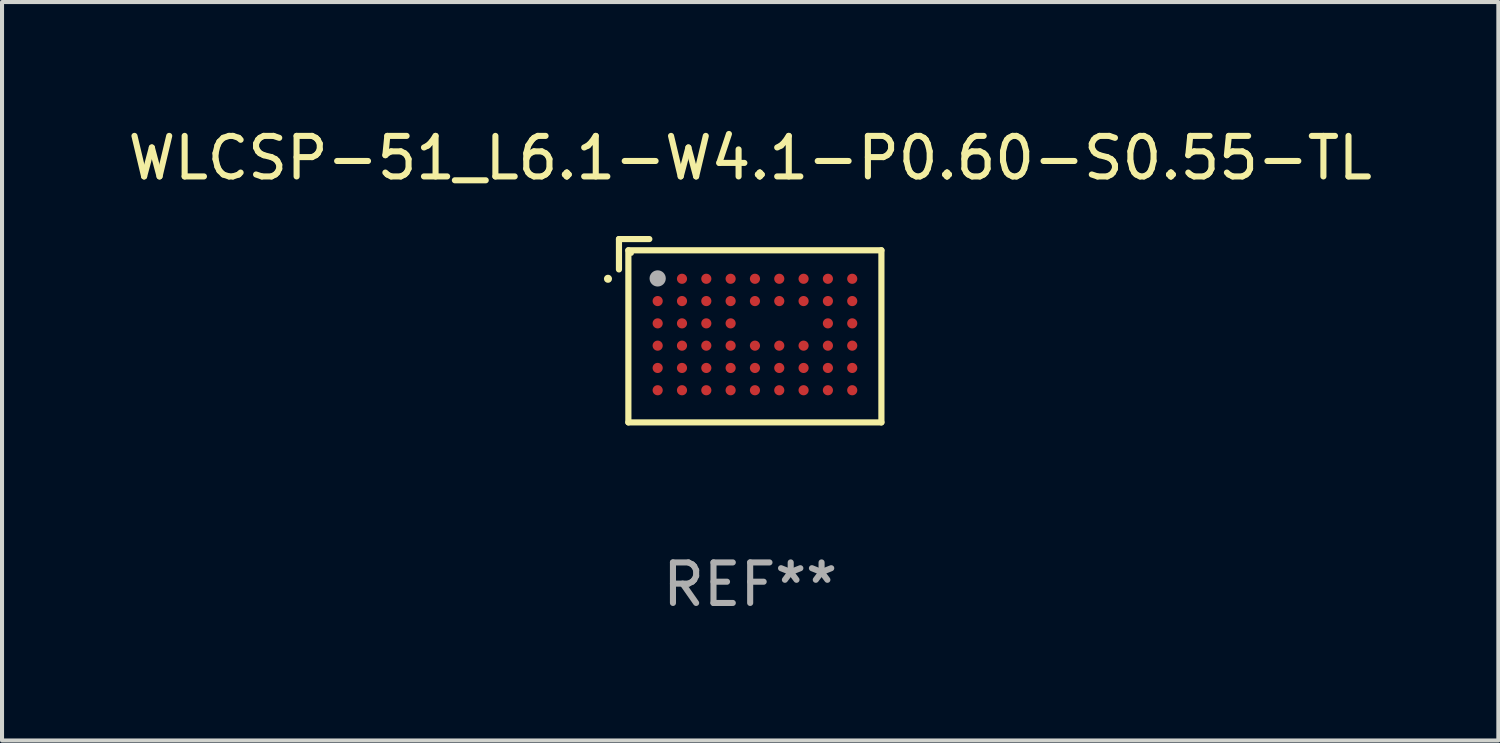
<source format=kicad_pcb>
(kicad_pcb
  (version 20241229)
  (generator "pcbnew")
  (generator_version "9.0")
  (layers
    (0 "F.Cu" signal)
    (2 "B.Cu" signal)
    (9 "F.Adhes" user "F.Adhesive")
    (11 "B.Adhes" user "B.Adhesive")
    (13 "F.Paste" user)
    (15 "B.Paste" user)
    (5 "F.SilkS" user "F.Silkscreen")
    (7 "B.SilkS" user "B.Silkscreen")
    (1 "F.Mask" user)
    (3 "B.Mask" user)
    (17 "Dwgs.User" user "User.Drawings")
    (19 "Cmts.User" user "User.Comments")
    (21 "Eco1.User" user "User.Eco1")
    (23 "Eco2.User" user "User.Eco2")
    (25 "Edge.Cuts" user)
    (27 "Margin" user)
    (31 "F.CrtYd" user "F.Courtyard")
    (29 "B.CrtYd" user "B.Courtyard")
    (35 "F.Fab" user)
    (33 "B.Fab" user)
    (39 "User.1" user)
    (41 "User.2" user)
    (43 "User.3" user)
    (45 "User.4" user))
  (footprint "WLCSP-51_L6.1-W4.1-P0.60-S0.55-TL"
    (layer "F.Cu")
    (at 15.576 5.203)
    (property "Reference" "WLCSP-51_L6.1-W4.1-P0.60-S0.55-TL" (at -0.118 -4.355 0) (layer "F.SilkS") (effects (font (size 1 1) (thickness 0.15))))
    (attr smd)
    (fp_line (start -3.355 -2.355) (end -2.606 -2.355) (stroke (width 0.152) (type solid)) (layer "F.SilkS"))
    (fp_line (start -3.355 -1.606) (end -3.355 -2.355) (stroke (width 0.152) (type solid)) (layer "F.SilkS"))
    (fp_line (start -3.123 -2.078) (end 3.12 -2.078) (stroke (width 0.152) (type solid)) (layer "F.SilkS"))
    (fp_line (start -3.123 2.168) (end -3.123 -2.078) (stroke (width 0.152) (type solid)) (layer "F.SilkS"))
    (fp_line (start 3.12 -2.078) (end 3.12 2.168) (stroke (width 0.152) (type solid)) (layer "F.SilkS"))
    (fp_line (start 3.12 2.168) (end -3.123 2.168) (stroke (width 0.152) (type solid)) (layer "F.SilkS"))
    (fp_circle (center -3.626 -1.375) (end -3.576 -1.375) (stroke (width 0.1) (type solid)) (fill no) (layer "F.SilkS"))
    (fp_circle (center -3.047 -2.002) (end -3.017 -2.002) (stroke (width 0.06) (type solid)) (fill no) (layer "F.SilkS"))
    (fp_circle (center -2.4 -1.384) (end -2.3 -1.384) (stroke (width 0.2) (type solid)) (fill no) (layer "F.Fab"))
    (fp_text user "REF**" (at -0.118 6.168 0) (layer "F.Fab") (effects (font (size 1 1) (thickness 0.15))))
    (pad "A1" smd circle (at -2.4 -1.375) (size 0.25 0.25) (layers "F.Cu" "F.Mask" "F.Paste"))
    (pad "A2" smd circle (at -1.8 -1.375) (size 0.25 0.25) (layers "F.Cu" "F.Mask" "F.Paste"))
    (pad "A3" smd circle (at -1.2 -1.375) (size 0.25 0.25) (layers "F.Cu" "F.Mask" "F.Paste"))
    (pad "A4" smd circle (at -0.6 -1.375) (size 0.25 0.25) (layers "F.Cu" "F.Mask" "F.Paste"))
    (pad "A5" smd circle (at 0 -1.375) (size 0.25 0.25) (layers "F.Cu" "F.Mask" "F.Paste"))
    (pad "A6" smd circle (at 0.6 -1.375) (size 0.25 0.25) (layers "F.Cu" "F.Mask" "F.Paste"))
    (pad "A7" smd circle (at 1.2 -1.375) (size 0.25 0.25) (layers "F.Cu" "F.Mask" "F.Paste"))
    (pad "A8" smd circle (at 1.8 -1.375) (size 0.25 0.25) (layers "F.Cu" "F.Mask" "F.Paste"))
    (pad "A9" smd circle (at 2.4 -1.375) (size 0.25 0.25) (layers "F.Cu" "F.Mask" "F.Paste"))
    (pad "B1" smd circle (at -2.4 -0.825) (size 0.25 0.25) (layers "F.Cu" "F.Mask" "F.Paste"))
    (pad "B2" smd circle (at -1.8 -0.825) (size 0.25 0.25) (layers "F.Cu" "F.Mask" "F.Paste"))
    (pad "B3" smd circle (at -1.2 -0.825) (size 0.25 0.25) (layers "F.Cu" "F.Mask" "F.Paste"))
    (pad "B4" smd circle (at -0.6 -0.825) (size 0.25 0.25) (layers "F.Cu" "F.Mask" "F.Paste"))
    (pad "B5" smd circle (at 0 -0.825) (size 0.25 0.25) (layers "F.Cu" "F.Mask" "F.Paste"))
    (pad "B6" smd circle (at 0.6 -0.825) (size 0.25 0.25) (layers "F.Cu" "F.Mask" "F.Paste"))
    (pad "B7" smd circle (at 1.2 -0.825) (size 0.25 0.25) (layers "F.Cu" "F.Mask" "F.Paste"))
    (pad "B8" smd circle (at 1.8 -0.825) (size 0.25 0.25) (layers "F.Cu" "F.Mask" "F.Paste"))
    (pad "B9" smd circle (at 2.4 -0.825) (size 0.25 0.25) (layers "F.Cu" "F.Mask" "F.Paste"))
    (pad "C1" smd circle (at -2.4 -0.275) (size 0.25 0.25) (layers "F.Cu" "F.Mask" "F.Paste"))
    (pad "C2" smd circle (at -1.8 -0.275) (size 0.25 0.25) (layers "F.Cu" "F.Mask" "F.Paste"))
    (pad "C3" smd circle (at -1.2 -0.275) (size 0.25 0.25) (layers "F.Cu" "F.Mask" "F.Paste"))
    (pad "C4" smd circle (at -0.6 -0.275) (size 0.25 0.25) (layers "F.Cu" "F.Mask" "F.Paste"))
    (pad "C8" smd circle (at 1.8 -0.275) (size 0.25 0.25) (layers "F.Cu" "F.Mask" "F.Paste"))
    (pad "C9" smd circle (at 2.4 -0.275) (size 0.25 0.25) (layers "F.Cu" "F.Mask" "F.Paste"))
    (pad "D1" smd circle (at -2.4 0.275) (size 0.25 0.25) (layers "F.Cu" "F.Mask" "F.Paste"))
    (pad "D2" smd circle (at -1.8 0.275) (size 0.25 0.25) (layers "F.Cu" "F.Mask" "F.Paste"))
    (pad "D3" smd circle (at -1.2 0.275) (size 0.25 0.25) (layers "F.Cu" "F.Mask" "F.Paste"))
    (pad "D4" smd circle (at -0.6 0.275) (size 0.25 0.25) (layers "F.Cu" "F.Mask" "F.Paste"))
    (pad "D5" smd circle (at 0 0.275) (size 0.25 0.25) (layers "F.Cu" "F.Mask" "F.Paste"))
    (pad "D6" smd circle (at 0.6 0.275) (size 0.25 0.25) (layers "F.Cu" "F.Mask" "F.Paste"))
    (pad "D7" smd circle (at 1.2 0.275) (size 0.25 0.25) (layers "F.Cu" "F.Mask" "F.Paste"))
    (pad "D8" smd circle (at 1.8 0.275) (size 0.25 0.25) (layers "F.Cu" "F.Mask" "F.Paste"))
    (pad "D9" smd circle (at 2.4 0.275) (size 0.25 0.25) (layers "F.Cu" "F.Mask" "F.Paste"))
    (pad "E1" smd circle (at -2.4 0.825) (size 0.25 0.25) (layers "F.Cu" "F.Mask" "F.Paste"))
    (pad "E2" smd circle (at -1.8 0.825) (size 0.25 0.25) (layers "F.Cu" "F.Mask" "F.Paste"))
    (pad "E3" smd circle (at -1.2 0.825) (size 0.25 0.25) (layers "F.Cu" "F.Mask" "F.Paste"))
    (pad "E4" smd circle (at -0.6 0.825) (size 0.25 0.25) (layers "F.Cu" "F.Mask" "F.Paste"))
    (pad "E5" smd circle (at 0 0.825) (size 0.25 0.25) (layers "F.Cu" "F.Mask" "F.Paste"))
    (pad "E6" smd circle (at 0.6 0.825) (size 0.25 0.25) (layers "F.Cu" "F.Mask" "F.Paste"))
    (pad "E7" smd circle (at 1.2 0.825) (size 0.25 0.25) (layers "F.Cu" "F.Mask" "F.Paste"))
    (pad "E8" smd circle (at 1.8 0.825) (size 0.25 0.25) (layers "F.Cu" "F.Mask" "F.Paste"))
    (pad "E9" smd circle (at 2.4 0.825) (size 0.25 0.25) (layers "F.Cu" "F.Mask" "F.Paste"))
    (pad "F1" smd circle (at -2.4 1.375) (size 0.25 0.25) (layers "F.Cu" "F.Mask" "F.Paste"))
    (pad "F2" smd circle (at -1.8 1.375) (size 0.25 0.25) (layers "F.Cu" "F.Mask" "F.Paste"))
    (pad "F3" smd circle (at -1.2 1.375) (size 0.25 0.25) (layers "F.Cu" "F.Mask" "F.Paste"))
    (pad "F4" smd circle (at -0.6 1.375) (size 0.25 0.25) (layers "F.Cu" "F.Mask" "F.Paste"))
    (pad "F5" smd circle (at 0 1.375) (size 0.25 0.25) (layers "F.Cu" "F.Mask" "F.Paste"))
    (pad "F6" smd circle (at 0.6 1.375) (size 0.25 0.25) (layers "F.Cu" "F.Mask" "F.Paste"))
    (pad "F7" smd circle (at 1.2 1.375) (size 0.25 0.25) (layers "F.Cu" "F.Mask" "F.Paste"))
    (pad "F8" smd circle (at 1.8 1.375) (size 0.25 0.25) (layers "F.Cu" "F.Mask" "F.Paste"))
    (pad "F9" smd circle (at 2.4 1.375) (size 0.25 0.25) (layers "F.Cu" "F.Mask" "F.Paste")))
  (gr_rect
    (start -3 -3)
    (end 33.917 15.22)
    (stroke (width 0.1) (type default))
    (fill no)
    (layer "Edge.Cuts")))
</source>
